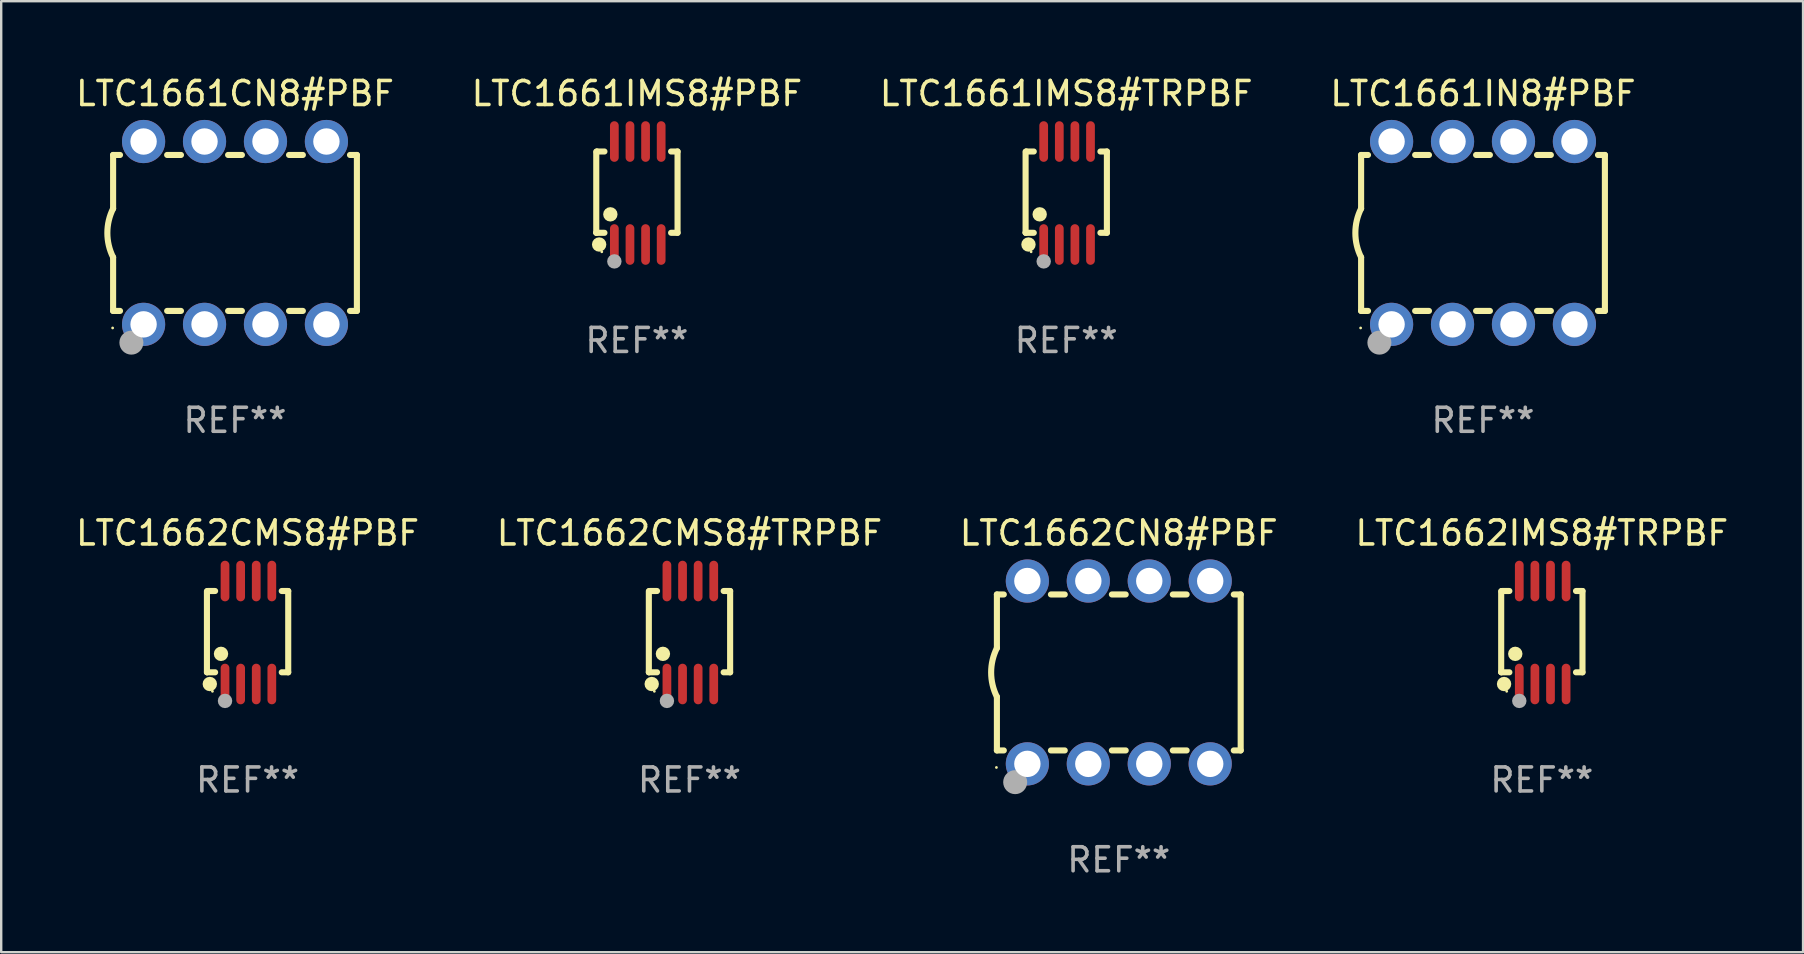
<source format=kicad_pcb>
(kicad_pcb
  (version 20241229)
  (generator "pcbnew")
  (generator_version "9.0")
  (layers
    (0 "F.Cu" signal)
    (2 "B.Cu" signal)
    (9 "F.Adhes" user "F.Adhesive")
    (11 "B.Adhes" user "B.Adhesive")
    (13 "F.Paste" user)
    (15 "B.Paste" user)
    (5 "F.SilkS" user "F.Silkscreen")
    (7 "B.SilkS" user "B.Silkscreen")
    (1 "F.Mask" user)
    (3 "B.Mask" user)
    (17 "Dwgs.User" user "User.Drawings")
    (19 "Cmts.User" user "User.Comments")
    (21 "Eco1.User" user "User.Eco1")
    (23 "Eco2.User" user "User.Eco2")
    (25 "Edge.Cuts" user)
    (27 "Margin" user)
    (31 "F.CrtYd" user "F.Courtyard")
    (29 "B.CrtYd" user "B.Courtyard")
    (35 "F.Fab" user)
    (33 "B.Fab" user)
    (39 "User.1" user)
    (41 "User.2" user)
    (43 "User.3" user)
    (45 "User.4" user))
  (footprint "LTC1662IMS8#TRPBF"
    (layer "F.Cu")
    (at 61.208 23.311)
    (property "Reference" "LTC1662IMS8#TRPBF" (at 0 -4.146 0) (layer "F.SilkS") (effects (font (size 1 1) (thickness 0.15))))
    (attr through_hole)
    (fp_line (start -1.694 -1.724) (end -1.694 1.652) (stroke (width 0.254) (type solid)) (layer "F.SilkS"))
    (fp_line (start -1.694 1.652) (end -1.688 1.658) (stroke (width 0.254) (type solid)) (layer "F.SilkS"))
    (fp_line (start -1.688 1.658) (end -1.353 1.658) (stroke (width 0.254) (type solid)) (layer "F.SilkS"))
    (fp_line (start -1.661 -1.73) (end -1.681 -1.71) (stroke (width 0.254) (type solid)) (layer "F.SilkS"))
    (fp_line (start -1.353 -1.73) (end -1.661 -1.73) (stroke (width 0.254) (type solid)) (layer "F.SilkS"))
    (fp_line (start 1.424 1.658) (end 1.694 1.658) (stroke (width 0.254) (type solid)) (layer "F.SilkS"))
    (fp_line (start 1.694 -1.73) (end 1.424 -1.73) (stroke (width 0.254) (type solid)) (layer "F.SilkS"))
    (fp_line (start 1.694 1.658) (end 1.694 -1.73) (stroke (width 0.254) (type solid)) (layer "F.SilkS"))
    (fp_circle (center -1.574 2.146) (end -1.424 2.146) (stroke (width 0.3) (type solid)) (fill no) (layer "F.SilkS"))
    (fp_circle (center -1.464 2.45) (end -1.434 2.45) (stroke (width 0.06) (type solid)) (fill no) (layer "F.SilkS"))
    (fp_circle (center -1.107 0.889) (end -0.957 0.889) (stroke (width 0.3) (type solid)) (fill no) (layer "F.SilkS"))
    (fp_circle (center -0.94 2.85) (end -0.789 2.85) (stroke (width 0.3) (type solid)) (fill no) (layer "F.Fab"))
    (fp_text user "REF**" (at 0 6.146 0) (layer "F.Fab") (effects (font (size 1 1) (thickness 0.15))))
    (pad "1" smd oval (at -0.94 2.146) (size 0.364 1.692) (layers "F.Cu" "F.Mask" "F.Paste"))
    (pad "2" smd oval (at -0.289 2.146) (size 0.364 1.692) (layers "F.Cu" "F.Mask" "F.Paste"))
    (pad "3" smd oval (at 0.361 2.146) (size 0.364 1.692) (layers "F.Cu" "F.Mask" "F.Paste"))
    (pad "4" smd oval (at 1.011 2.146) (size 0.364 1.692) (layers "F.Cu" "F.Mask" "F.Paste"))
    (pad "5" smd oval (at 1.011 -2.146) (size 0.364 1.692) (layers "F.Cu" "F.Mask" "F.Paste"))
    (pad "6" smd oval (at 0.361 -2.146) (size 0.364 1.692) (layers "F.Cu" "F.Mask" "F.Paste"))
    (pad "7" smd oval (at -0.289 -2.146) (size 0.364 1.692) (layers "F.Cu" "F.Mask" "F.Paste"))
    (pad "8" smd oval (at -0.94 -2.146) (size 0.364 1.692) (layers "F.Cu" "F.Mask" "F.Paste")))
  (footprint "LTC1662CN8#PBF"
    (layer "F.Cu")
    (at 43.577 24.975)
    (property "Reference" "LTC1662CN8#PBF" (at 0 -5.81 0) (layer "F.SilkS") (effects (font (size 1 1) (thickness 0.15))))
    (attr through_hole)
    (fp_line (start -5.08 -3.25) (end -5.08 -1.017) (stroke (width 0.254) (type solid)) (layer "F.SilkS"))
    (fp_line (start -5.08 -3.25) (end -4.792 -3.25) (stroke (width 0.254) (type solid)) (layer "F.SilkS"))
    (fp_line (start -5.08 3.25) (end -5.08 1.015) (stroke (width 0.254) (type solid)) (layer "F.SilkS"))
    (fp_line (start -5.08 3.25) (end -4.792 3.25) (stroke (width 0.254) (type solid)) (layer "F.SilkS"))
    (fp_line (start -2.828 -3.25) (end -2.252 -3.25) (stroke (width 0.254) (type solid)) (layer "F.SilkS"))
    (fp_line (start -2.828 3.25) (end -2.252 3.25) (stroke (width 0.254) (type solid)) (layer "F.SilkS"))
    (fp_line (start -0.288 -3.25) (end 0.288 -3.25) (stroke (width 0.254) (type solid)) (layer "F.SilkS"))
    (fp_line (start -0.288 3.25) (end 0.288 3.25) (stroke (width 0.254) (type solid)) (layer "F.SilkS"))
    (fp_line (start 2.252 -3.25) (end 2.828 -3.25) (stroke (width 0.254) (type solid)) (layer "F.SilkS"))
    (fp_line (start 2.252 3.25) (end 2.828 3.25) (stroke (width 0.254) (type solid)) (layer "F.SilkS"))
    (fp_line (start 4.792 -3.25) (end 5.08 -3.25) (stroke (width 0.254) (type solid)) (layer "F.SilkS"))
    (fp_line (start 4.792 3.25) (end 5.08 3.25) (stroke (width 0.254) (type solid)) (layer "F.SilkS"))
    (fp_line (start 5.08 -3.25) (end 5.08 3.25) (stroke (width 0.254) (type solid)) (layer "F.SilkS"))
    (fp_arc (start -5.08001 1.01524) (mid -5.319856 -0.000762) (end -5.08001 -1.016764) (stroke (width 0.254001) (type solid)) (layer "F.SilkS"))
    (fp_circle (center -5.1 3.96) (end -5.07 3.96) (stroke (width 0.06) (type solid)) (fill no) (layer "F.SilkS"))
    (fp_circle (center -4.318 4.572) (end -4.068 4.572) (stroke (width 0.5) (type solid)) (fill no) (layer "F.Fab"))
    (fp_text user "REF**" (at 0 7.81 0) (layer "F.Fab") (effects (font (size 1 1) (thickness 0.15))))
    (pad "1" thru_hole circle (at -3.81 3.81) (size 1.8 1.8) (drill 1.1) (layers "*.Cu" "*.Mask"))
    (pad "2" thru_hole circle (at -1.27 3.81) (size 1.8 1.8) (drill 1.1) (layers "*.Cu" "*.Mask"))
    (pad "3" thru_hole circle (at 1.27 3.81) (size 1.8 1.8) (drill 1.1) (layers "*.Cu" "*.Mask"))
    (pad "4" thru_hole circle (at 3.81 3.81) (size 1.8 1.8) (drill 1.1) (layers "*.Cu" "*.Mask"))
    (pad "5" thru_hole circle (at 3.81 -3.81) (size 1.8 1.8) (drill 1.1) (layers "*.Cu" "*.Mask"))
    (pad "6" thru_hole circle (at 1.27 -3.81) (size 1.8 1.8) (drill 1.1) (layers "*.Cu" "*.Mask"))
    (pad "7" thru_hole circle (at -1.27 -3.81) (size 1.8 1.8) (drill 1.1) (layers "*.Cu" "*.Mask"))
    (pad "8" thru_hole circle (at -3.81 -3.81) (size 1.8 1.8) (drill 1.1) (layers "*.Cu" "*.Mask")))
  (footprint "LTC1661IN8#PBF"
    (layer "F.Cu")
    (at 58.756 6.658)
    (property "Reference" "LTC1661IN8#PBF" (at 0 -5.81 0) (layer "F.SilkS") (effects (font (size 1 1) (thickness 0.15))))
    (attr through_hole)
    (fp_line (start -5.08 -3.25) (end -5.08 -1.017) (stroke (width 0.254) (type solid)) (layer "F.SilkS"))
    (fp_line (start -5.08 -3.25) (end -4.792 -3.25) (stroke (width 0.254) (type solid)) (layer "F.SilkS"))
    (fp_line (start -5.08 3.25) (end -5.08 1.015) (stroke (width 0.254) (type solid)) (layer "F.SilkS"))
    (fp_line (start -5.08 3.25) (end -4.792 3.25) (stroke (width 0.254) (type solid)) (layer "F.SilkS"))
    (fp_line (start -2.828 -3.25) (end -2.252 -3.25) (stroke (width 0.254) (type solid)) (layer "F.SilkS"))
    (fp_line (start -2.828 3.25) (end -2.252 3.25) (stroke (width 0.254) (type solid)) (layer "F.SilkS"))
    (fp_line (start -0.288 -3.25) (end 0.288 -3.25) (stroke (width 0.254) (type solid)) (layer "F.SilkS"))
    (fp_line (start -0.288 3.25) (end 0.288 3.25) (stroke (width 0.254) (type solid)) (layer "F.SilkS"))
    (fp_line (start 2.252 -3.25) (end 2.828 -3.25) (stroke (width 0.254) (type solid)) (layer "F.SilkS"))
    (fp_line (start 2.252 3.25) (end 2.828 3.25) (stroke (width 0.254) (type solid)) (layer "F.SilkS"))
    (fp_line (start 4.792 -3.25) (end 5.08 -3.25) (stroke (width 0.254) (type solid)) (layer "F.SilkS"))
    (fp_line (start 4.792 3.25) (end 5.08 3.25) (stroke (width 0.254) (type solid)) (layer "F.SilkS"))
    (fp_line (start 5.08 -3.25) (end 5.08 3.25) (stroke (width 0.254) (type solid)) (layer "F.SilkS"))
    (fp_arc (start -5.08001 1.01524) (mid -5.319856 -0.000762) (end -5.08001 -1.016764) (stroke (width 0.254001) (type solid)) (layer "F.SilkS"))
    (fp_circle (center -5.1 3.96) (end -5.07 3.96) (stroke (width 0.06) (type solid)) (fill no) (layer "F.SilkS"))
    (fp_circle (center -4.318 4.572) (end -4.068 4.572) (stroke (width 0.5) (type solid)) (fill no) (layer "F.Fab"))
    (fp_text user "REF**" (at 0 7.81 0) (layer "F.Fab") (effects (font (size 1 1) (thickness 0.15))))
    (pad "1" thru_hole circle (at -3.81 3.81) (size 1.8 1.8) (drill 1.1) (layers "*.Cu" "*.Mask"))
    (pad "2" thru_hole circle (at -1.27 3.81) (size 1.8 1.8) (drill 1.1) (layers "*.Cu" "*.Mask"))
    (pad "3" thru_hole circle (at 1.27 3.81) (size 1.8 1.8) (drill 1.1) (layers "*.Cu" "*.Mask"))
    (pad "4" thru_hole circle (at 3.81 3.81) (size 1.8 1.8) (drill 1.1) (layers "*.Cu" "*.Mask"))
    (pad "5" thru_hole circle (at 3.81 -3.81) (size 1.8 1.8) (drill 1.1) (layers "*.Cu" "*.Mask"))
    (pad "6" thru_hole circle (at 1.27 -3.81) (size 1.8 1.8) (drill 1.1) (layers "*.Cu" "*.Mask"))
    (pad "7" thru_hole circle (at -1.27 -3.81) (size 1.8 1.8) (drill 1.1) (layers "*.Cu" "*.Mask"))
    (pad "8" thru_hole circle (at -3.81 -3.81) (size 1.8 1.8) (drill 1.1) (layers "*.Cu" "*.Mask")))
  (footprint "LTC1661CN8#PBF"
    (layer "F.Cu")
    (at 6.744 6.658)
    (property "Reference" "LTC1661CN8#PBF" (at 0 -5.81 0) (layer "F.SilkS") (effects (font (size 1 1) (thickness 0.15))))
    (attr through_hole)
    (fp_line (start -5.08 -3.25) (end -5.08 -1.017) (stroke (width 0.254) (type solid)) (layer "F.SilkS"))
    (fp_line (start -5.08 -3.25) (end -4.792 -3.25) (stroke (width 0.254) (type solid)) (layer "F.SilkS"))
    (fp_line (start -5.08 3.25) (end -5.08 1.015) (stroke (width 0.254) (type solid)) (layer "F.SilkS"))
    (fp_line (start -5.08 3.25) (end -4.792 3.25) (stroke (width 0.254) (type solid)) (layer "F.SilkS"))
    (fp_line (start -2.828 -3.25) (end -2.252 -3.25) (stroke (width 0.254) (type solid)) (layer "F.SilkS"))
    (fp_line (start -2.828 3.25) (end -2.252 3.25) (stroke (width 0.254) (type solid)) (layer "F.SilkS"))
    (fp_line (start -0.288 -3.25) (end 0.288 -3.25) (stroke (width 0.254) (type solid)) (layer "F.SilkS"))
    (fp_line (start -0.288 3.25) (end 0.288 3.25) (stroke (width 0.254) (type solid)) (layer "F.SilkS"))
    (fp_line (start 2.252 -3.25) (end 2.828 -3.25) (stroke (width 0.254) (type solid)) (layer "F.SilkS"))
    (fp_line (start 2.252 3.25) (end 2.828 3.25) (stroke (width 0.254) (type solid)) (layer "F.SilkS"))
    (fp_line (start 4.792 -3.25) (end 5.08 -3.25) (stroke (width 0.254) (type solid)) (layer "F.SilkS"))
    (fp_line (start 4.792 3.25) (end 5.08 3.25) (stroke (width 0.254) (type solid)) (layer "F.SilkS"))
    (fp_line (start 5.08 -3.25) (end 5.08 3.25) (stroke (width 0.254) (type solid)) (layer "F.SilkS"))
    (fp_arc (start -5.08001 1.01524) (mid -5.319856 -0.000762) (end -5.08001 -1.016764) (stroke (width 0.254001) (type solid)) (layer "F.SilkS"))
    (fp_circle (center -5.1 3.96) (end -5.07 3.96) (stroke (width 0.06) (type solid)) (fill no) (layer "F.SilkS"))
    (fp_circle (center -4.318 4.572) (end -4.068 4.572) (stroke (width 0.5) (type solid)) (fill no) (layer "F.Fab"))
    (fp_text user "REF**" (at 0 7.81 0) (layer "F.Fab") (effects (font (size 1 1) (thickness 0.15))))
    (pad "1" thru_hole circle (at -3.81 3.81) (size 1.8 1.8) (drill 1.1) (layers "*.Cu" "*.Mask"))
    (pad "2" thru_hole circle (at -1.27 3.81) (size 1.8 1.8) (drill 1.1) (layers "*.Cu" "*.Mask"))
    (pad "3" thru_hole circle (at 1.27 3.81) (size 1.8 1.8) (drill 1.1) (layers "*.Cu" "*.Mask"))
    (pad "4" thru_hole circle (at 3.81 3.81) (size 1.8 1.8) (drill 1.1) (layers "*.Cu" "*.Mask"))
    (pad "5" thru_hole circle (at 3.81 -3.81) (size 1.8 1.8) (drill 1.1) (layers "*.Cu" "*.Mask"))
    (pad "6" thru_hole circle (at 1.27 -3.81) (size 1.8 1.8) (drill 1.1) (layers "*.Cu" "*.Mask"))
    (pad "7" thru_hole circle (at -1.27 -3.81) (size 1.8 1.8) (drill 1.1) (layers "*.Cu" "*.Mask"))
    (pad "8" thru_hole circle (at -3.81 -3.81) (size 1.8 1.8) (drill 1.1) (layers "*.Cu" "*.Mask")))
  (footprint "LTC1661IMS8#PBF"
    (layer "F.Cu")
    (at 23.494 4.994)
    (property "Reference" "LTC1661IMS8#PBF" (at 0 -4.146 0) (layer "F.SilkS") (effects (font (size 1 1) (thickness 0.15))))
    (attr through_hole)
    (fp_line (start -1.694 -1.724) (end -1.694 1.652) (stroke (width 0.254) (type solid)) (layer "F.SilkS"))
    (fp_line (start -1.694 1.652) (end -1.688 1.658) (stroke (width 0.254) (type solid)) (layer "F.SilkS"))
    (fp_line (start -1.688 1.658) (end -1.353 1.658) (stroke (width 0.254) (type solid)) (layer "F.SilkS"))
    (fp_line (start -1.661 -1.73) (end -1.681 -1.71) (stroke (width 0.254) (type solid)) (layer "F.SilkS"))
    (fp_line (start -1.353 -1.73) (end -1.661 -1.73) (stroke (width 0.254) (type solid)) (layer "F.SilkS"))
    (fp_line (start 1.424 1.658) (end 1.694 1.658) (stroke (width 0.254) (type solid)) (layer "F.SilkS"))
    (fp_line (start 1.694 -1.73) (end 1.424 -1.73) (stroke (width 0.254) (type solid)) (layer "F.SilkS"))
    (fp_line (start 1.694 1.658) (end 1.694 -1.73) (stroke (width 0.254) (type solid)) (layer "F.SilkS"))
    (fp_circle (center -1.574 2.146) (end -1.424 2.146) (stroke (width 0.3) (type solid)) (fill no) (layer "F.SilkS"))
    (fp_circle (center -1.464 2.45) (end -1.434 2.45) (stroke (width 0.06) (type solid)) (fill no) (layer "F.SilkS"))
    (fp_circle (center -1.107 0.889) (end -0.957 0.889) (stroke (width 0.3) (type solid)) (fill no) (layer "F.SilkS"))
    (fp_circle (center -0.94 2.85) (end -0.789 2.85) (stroke (width 0.3) (type solid)) (fill no) (layer "F.Fab"))
    (fp_text user "REF**" (at 0 6.146 0) (layer "F.Fab") (effects (font (size 1 1) (thickness 0.15))))
    (pad "1" smd oval (at -0.94 2.146) (size 0.364 1.692) (layers "F.Cu" "F.Mask" "F.Paste"))
    (pad "2" smd oval (at -0.289 2.146) (size 0.364 1.692) (layers "F.Cu" "F.Mask" "F.Paste"))
    (pad "3" smd oval (at 0.361 2.146) (size 0.364 1.692) (layers "F.Cu" "F.Mask" "F.Paste"))
    (pad "4" smd oval (at 1.011 2.146) (size 0.364 1.692) (layers "F.Cu" "F.Mask" "F.Paste"))
    (pad "5" smd oval (at 1.011 -2.146) (size 0.364 1.692) (layers "F.Cu" "F.Mask" "F.Paste"))
    (pad "6" smd oval (at 0.361 -2.146) (size 0.364 1.692) (layers "F.Cu" "F.Mask" "F.Paste"))
    (pad "7" smd oval (at -0.289 -2.146) (size 0.364 1.692) (layers "F.Cu" "F.Mask" "F.Paste"))
    (pad "8" smd oval (at -0.94 -2.146) (size 0.364 1.692) (layers "F.Cu" "F.Mask" "F.Paste")))
  (footprint "LTC1662CMS8#PBF"
    (layer "F.Cu")
    (at 7.268 23.311)
    (property "Reference" "LTC1662CMS8#PBF" (at 0 -4.146 0) (layer "F.SilkS") (effects (font (size 1 1) (thickness 0.15))))
    (attr through_hole)
    (fp_line (start -1.694 -1.724) (end -1.694 1.652) (stroke (width 0.254) (type solid)) (layer "F.SilkS"))
    (fp_line (start -1.694 1.652) (end -1.688 1.658) (stroke (width 0.254) (type solid)) (layer "F.SilkS"))
    (fp_line (start -1.688 1.658) (end -1.353 1.658) (stroke (width 0.254) (type solid)) (layer "F.SilkS"))
    (fp_line (start -1.661 -1.73) (end -1.681 -1.71) (stroke (width 0.254) (type solid)) (layer "F.SilkS"))
    (fp_line (start -1.353 -1.73) (end -1.661 -1.73) (stroke (width 0.254) (type solid)) (layer "F.SilkS"))
    (fp_line (start 1.424 1.658) (end 1.694 1.658) (stroke (width 0.254) (type solid)) (layer "F.SilkS"))
    (fp_line (start 1.694 -1.73) (end 1.424 -1.73) (stroke (width 0.254) (type solid)) (layer "F.SilkS"))
    (fp_line (start 1.694 1.658) (end 1.694 -1.73) (stroke (width 0.254) (type solid)) (layer "F.SilkS"))
    (fp_circle (center -1.574 2.146) (end -1.424 2.146) (stroke (width 0.3) (type solid)) (fill no) (layer "F.SilkS"))
    (fp_circle (center -1.464 2.45) (end -1.434 2.45) (stroke (width 0.06) (type solid)) (fill no) (layer "F.SilkS"))
    (fp_circle (center -1.107 0.889) (end -0.957 0.889) (stroke (width 0.3) (type solid)) (fill no) (layer "F.SilkS"))
    (fp_circle (center -0.94 2.85) (end -0.789 2.85) (stroke (width 0.3) (type solid)) (fill no) (layer "F.Fab"))
    (fp_text user "REF**" (at 0 6.146 0) (layer "F.Fab") (effects (font (size 1 1) (thickness 0.15))))
    (pad "1" smd oval (at -0.94 2.146) (size 0.364 1.692) (layers "F.Cu" "F.Mask" "F.Paste"))
    (pad "2" smd oval (at -0.289 2.146) (size 0.364 1.692) (layers "F.Cu" "F.Mask" "F.Paste"))
    (pad "3" smd oval (at 0.361 2.146) (size 0.364 1.692) (layers "F.Cu" "F.Mask" "F.Paste"))
    (pad "4" smd oval (at 1.011 2.146) (size 0.364 1.692) (layers "F.Cu" "F.Mask" "F.Paste"))
    (pad "5" smd oval (at 1.011 -2.146) (size 0.364 1.692) (layers "F.Cu" "F.Mask" "F.Paste"))
    (pad "6" smd oval (at 0.361 -2.146) (size 0.364 1.692) (layers "F.Cu" "F.Mask" "F.Paste"))
    (pad "7" smd oval (at -0.289 -2.146) (size 0.364 1.692) (layers "F.Cu" "F.Mask" "F.Paste"))
    (pad "8" smd oval (at -0.94 -2.146) (size 0.364 1.692) (layers "F.Cu" "F.Mask" "F.Paste")))
  (footprint "LTC1661IMS8#TRPBF"
    (layer "F.Cu")
    (at 41.387 4.994)
    (property "Reference" "LTC1661IMS8#TRPBF" (at 0 -4.146 0) (layer "F.SilkS") (effects (font (size 1 1) (thickness 0.15))))
    (attr through_hole)
    (fp_line (start -1.694 -1.724) (end -1.694 1.652) (stroke (width 0.254) (type solid)) (layer "F.SilkS"))
    (fp_line (start -1.694 1.652) (end -1.688 1.658) (stroke (width 0.254) (type solid)) (layer "F.SilkS"))
    (fp_line (start -1.688 1.658) (end -1.353 1.658) (stroke (width 0.254) (type solid)) (layer "F.SilkS"))
    (fp_line (start -1.661 -1.73) (end -1.681 -1.71) (stroke (width 0.254) (type solid)) (layer "F.SilkS"))
    (fp_line (start -1.353 -1.73) (end -1.661 -1.73) (stroke (width 0.254) (type solid)) (layer "F.SilkS"))
    (fp_line (start 1.424 1.658) (end 1.694 1.658) (stroke (width 0.254) (type solid)) (layer "F.SilkS"))
    (fp_line (start 1.694 -1.73) (end 1.424 -1.73) (stroke (width 0.254) (type solid)) (layer "F.SilkS"))
    (fp_line (start 1.694 1.658) (end 1.694 -1.73) (stroke (width 0.254) (type solid)) (layer "F.SilkS"))
    (fp_circle (center -1.574 2.146) (end -1.424 2.146) (stroke (width 0.3) (type solid)) (fill no) (layer "F.SilkS"))
    (fp_circle (center -1.464 2.45) (end -1.434 2.45) (stroke (width 0.06) (type solid)) (fill no) (layer "F.SilkS"))
    (fp_circle (center -1.107 0.889) (end -0.957 0.889) (stroke (width 0.3) (type solid)) (fill no) (layer "F.SilkS"))
    (fp_circle (center -0.94 2.85) (end -0.789 2.85) (stroke (width 0.3) (type solid)) (fill no) (layer "F.Fab"))
    (fp_text user "REF**" (at 0 6.146 0) (layer "F.Fab") (effects (font (size 1 1) (thickness 0.15))))
    (pad "1" smd oval (at -0.94 2.146) (size 0.364 1.692) (layers "F.Cu" "F.Mask" "F.Paste"))
    (pad "2" smd oval (at -0.289 2.146) (size 0.364 1.692) (layers "F.Cu" "F.Mask" "F.Paste"))
    (pad "3" smd oval (at 0.361 2.146) (size 0.364 1.692) (layers "F.Cu" "F.Mask" "F.Paste"))
    (pad "4" smd oval (at 1.011 2.146) (size 0.364 1.692) (layers "F.Cu" "F.Mask" "F.Paste"))
    (pad "5" smd oval (at 1.011 -2.146) (size 0.364 1.692) (layers "F.Cu" "F.Mask" "F.Paste"))
    (pad "6" smd oval (at 0.361 -2.146) (size 0.364 1.692) (layers "F.Cu" "F.Mask" "F.Paste"))
    (pad "7" smd oval (at -0.289 -2.146) (size 0.364 1.692) (layers "F.Cu" "F.Mask" "F.Paste"))
    (pad "8" smd oval (at -0.94 -2.146) (size 0.364 1.692) (layers "F.Cu" "F.Mask" "F.Paste")))
  (footprint "LTC1662CMS8#TRPBF"
    (layer "F.Cu")
    (at 25.685 23.311)
    (property "Reference" "LTC1662CMS8#TRPBF" (at 0 -4.146 0) (layer "F.SilkS") (effects (font (size 1 1) (thickness 0.15))))
    (attr through_hole)
    (fp_line (start -1.694 -1.724) (end -1.694 1.652) (stroke (width 0.254) (type solid)) (layer "F.SilkS"))
    (fp_line (start -1.694 1.652) (end -1.688 1.658) (stroke (width 0.254) (type solid)) (layer "F.SilkS"))
    (fp_line (start -1.688 1.658) (end -1.353 1.658) (stroke (width 0.254) (type solid)) (layer "F.SilkS"))
    (fp_line (start -1.661 -1.73) (end -1.681 -1.71) (stroke (width 0.254) (type solid)) (layer "F.SilkS"))
    (fp_line (start -1.353 -1.73) (end -1.661 -1.73) (stroke (width 0.254) (type solid)) (layer "F.SilkS"))
    (fp_line (start 1.424 1.658) (end 1.694 1.658) (stroke (width 0.254) (type solid)) (layer "F.SilkS"))
    (fp_line (start 1.694 -1.73) (end 1.424 -1.73) (stroke (width 0.254) (type solid)) (layer "F.SilkS"))
    (fp_line (start 1.694 1.658) (end 1.694 -1.73) (stroke (width 0.254) (type solid)) (layer "F.SilkS"))
    (fp_circle (center -1.574 2.146) (end -1.424 2.146) (stroke (width 0.3) (type solid)) (fill no) (layer "F.SilkS"))
    (fp_circle (center -1.464 2.45) (end -1.434 2.45) (stroke (width 0.06) (type solid)) (fill no) (layer "F.SilkS"))
    (fp_circle (center -1.107 0.889) (end -0.957 0.889) (stroke (width 0.3) (type solid)) (fill no) (layer "F.SilkS"))
    (fp_circle (center -0.94 2.85) (end -0.789 2.85) (stroke (width 0.3) (type solid)) (fill no) (layer "F.Fab"))
    (fp_text user "REF**" (at 0 6.146 0) (layer "F.Fab") (effects (font (size 1 1) (thickness 0.15))))
    (pad "1" smd oval (at -0.94 2.146) (size 0.364 1.692) (layers "F.Cu" "F.Mask" "F.Paste"))
    (pad "2" smd oval (at -0.289 2.146) (size 0.364 1.692) (layers "F.Cu" "F.Mask" "F.Paste"))
    (pad "3" smd oval (at 0.361 2.146) (size 0.364 1.692) (layers "F.Cu" "F.Mask" "F.Paste"))
    (pad "4" smd oval (at 1.011 2.146) (size 0.364 1.692) (layers "F.Cu" "F.Mask" "F.Paste"))
    (pad "5" smd oval (at 1.011 -2.146) (size 0.364 1.692) (layers "F.Cu" "F.Mask" "F.Paste"))
    (pad "6" smd oval (at 0.361 -2.146) (size 0.364 1.692) (layers "F.Cu" "F.Mask" "F.Paste"))
    (pad "7" smd oval (at -0.289 -2.146) (size 0.364 1.692) (layers "F.Cu" "F.Mask" "F.Paste"))
    (pad "8" smd oval (at -0.94 -2.146) (size 0.364 1.692) (layers "F.Cu" "F.Mask" "F.Paste")))
  (gr_rect
    (start -3 -3)
    (end 72.095 36.633)
    (stroke (width 0.1) (type default))
    (fill no)
    (layer "Edge.Cuts")))
</source>
